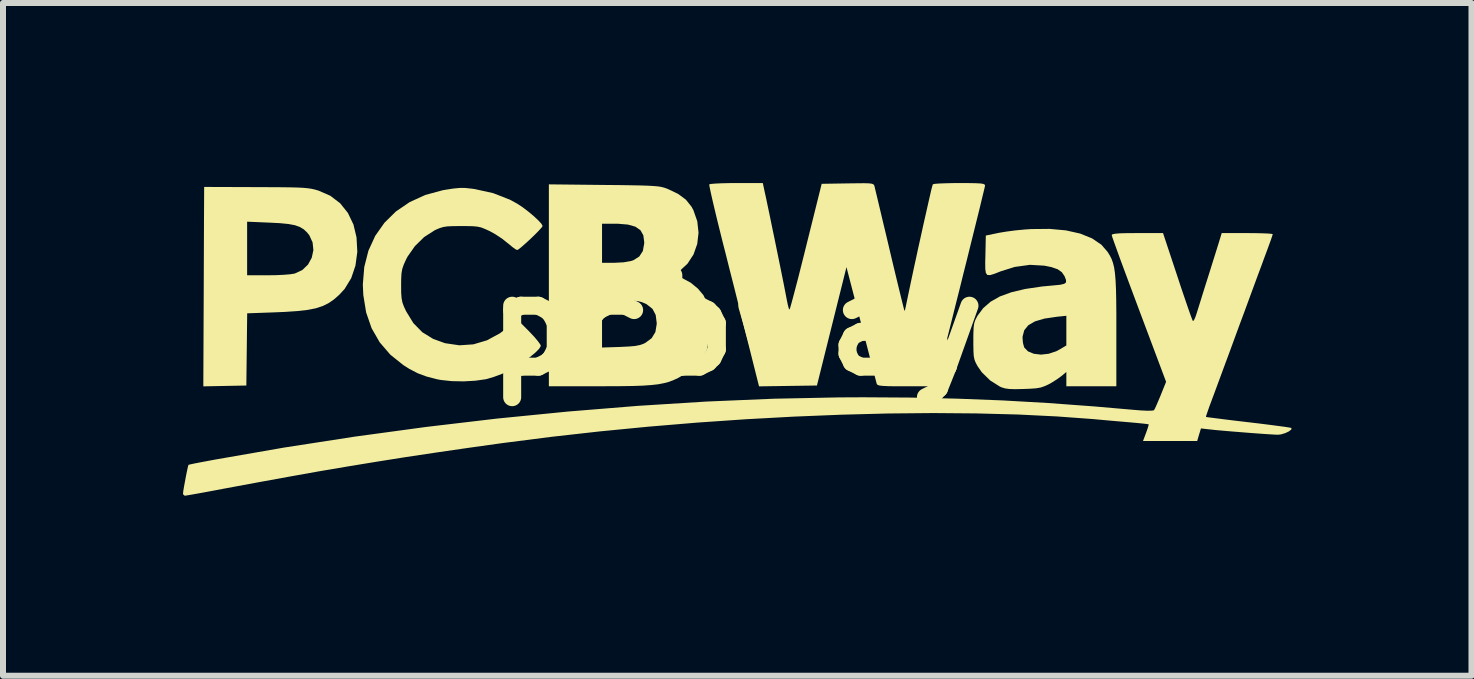
<source format=kicad_pcb>
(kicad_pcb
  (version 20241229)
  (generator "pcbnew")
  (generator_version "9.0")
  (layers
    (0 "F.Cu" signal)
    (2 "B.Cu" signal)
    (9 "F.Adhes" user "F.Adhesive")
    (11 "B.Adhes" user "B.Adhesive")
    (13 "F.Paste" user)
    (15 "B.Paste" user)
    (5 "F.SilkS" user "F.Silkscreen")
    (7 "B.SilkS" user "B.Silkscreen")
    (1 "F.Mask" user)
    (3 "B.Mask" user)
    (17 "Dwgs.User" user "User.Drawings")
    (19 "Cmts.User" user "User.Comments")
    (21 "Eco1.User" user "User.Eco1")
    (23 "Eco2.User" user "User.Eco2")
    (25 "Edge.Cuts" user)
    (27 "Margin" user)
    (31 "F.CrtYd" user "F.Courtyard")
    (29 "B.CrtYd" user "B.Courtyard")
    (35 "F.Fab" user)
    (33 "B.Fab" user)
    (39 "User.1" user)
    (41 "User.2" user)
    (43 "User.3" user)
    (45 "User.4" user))
  (footprint "pcbway"
    (layer "F.Cu")
    (at 9.222 2.371)
    (property "Reference" "pcbway" (at 0 0 0) (layer "F.SilkS") (effects (font (size 1.524 1.524) (thickness 0.3))))
    (attr board_only exclude_from_pos_files exclude_from_bom)
    (fp_poly (pts (xy -8.01 -2.303) (xy -7.773 -2.302) (xy -7.581 -2.301) (xy -7.429 -2.299) (xy -7.309 -2.296) (xy -7.216 -2.291) (xy -7.142 -2.284) (xy -7.082 -2.275) (xy -7.028 -2.263) (xy -6.975 -2.248) (xy -6.963 -2.244) (xy -6.768 -2.159) (xy -6.604 -2.034) (xy -6.475 -1.873) (xy -6.382 -1.679) (xy -6.331 -1.465) (xy -6.318 -1.223) (xy -6.349 -0.995) (xy -6.419 -0.787) (xy -6.529 -0.607) (xy -6.618 -0.51) (xy -6.708 -0.431) (xy -6.798 -0.369) (xy -6.896 -0.321) (xy -7.009 -0.284) (xy -7.145 -0.257) (xy -7.312 -0.238) (xy -7.517 -0.224) (xy -7.704 -0.216) (xy -8.153 -0.2) (xy -8.16 0.401) (xy -8.167 1.003) (xy -8.525 1.01) (xy -8.884 1.017) (xy -8.877 -0.644) (xy -8.873 -1.727) (xy -8.154 -1.727) (xy -8.154 -0.834) (xy -7.809 -0.834) (xy -7.67 -0.836) (xy -7.54 -0.842) (xy -7.434 -0.851) (xy -7.365 -0.862) (xy -7.361 -0.863) (xy -7.235 -0.921) (xy -7.139 -1.013) (xy -7.077 -1.127) (xy -7.05 -1.253) (xy -7.063 -1.381) (xy -7.118 -1.501) (xy -7.154 -1.546) (xy -7.211 -1.6) (xy -7.276 -1.639) (xy -7.357 -1.668) (xy -7.463 -1.688) (xy -7.604 -1.702) (xy -7.777 -1.711) (xy -8.154 -1.727) (xy -8.873 -1.727) (xy -8.87 -2.306)) (stroke (width 0) (type solid)) (fill yes) (layer "F.SilkS"))
    (fp_poly (pts (xy -2.208 -2.339) (xy -1.964 -2.337) (xy -1.766 -2.334) (xy -1.608 -2.331) (xy -1.485 -2.327) (xy -1.39 -2.322) (xy -1.317 -2.316) (xy -1.261 -2.308) (xy -1.216 -2.297) (xy -1.175 -2.284) (xy -1.142 -2.271) (xy -0.971 -2.189) (xy -0.843 -2.094) (xy -0.75 -1.978) (xy -0.718 -1.92) (xy -0.653 -1.734) (xy -0.632 -1.543) (xy -0.654 -1.355) (xy -0.716 -1.18) (xy -0.816 -1.027) (xy -0.935 -0.917) (xy -1.039 -0.842) (xy -0.897 -0.783) (xy -0.762 -0.71) (xy -0.643 -0.612) (xy -0.551 -0.503) (xy -0.501 -0.401) (xy -0.488 -0.33) (xy -0.478 -0.221) (xy -0.471 -0.087) (xy -0.469 0.044) (xy -0.469 0.183) (xy -0.472 0.281) (xy -0.479 0.351) (xy -0.492 0.402) (xy -0.513 0.448) (xy -0.543 0.496) (xy -0.671 0.656) (xy -0.835 0.795) (xy -0.966 0.874) (xy -1.043 0.91) (xy -1.12 0.94) (xy -1.205 0.963) (xy -1.302 0.982) (xy -1.418 0.995) (xy -1.559 1.005) (xy -1.732 1.011) (xy -1.943 1.014) (xy -2.198 1.015) (xy -2.286 1.016) (xy -3.126 1.016) (xy -3.126 0.37) (xy -2.24 0.37) (xy -1.934 0.36) (xy -1.792 0.353) (xy -1.689 0.344) (xy -1.613 0.329) (xy -1.551 0.308) (xy -1.518 0.292) (xy -1.413 0.214) (xy -1.351 0.112) (xy -1.329 -0.022) (xy -1.329 -0.039) (xy -1.346 -0.173) (xy -1.399 -0.274) (xy -1.494 -0.349) (xy -1.518 -0.362) (xy -1.578 -0.387) (xy -1.642 -0.403) (xy -1.724 -0.412) (xy -1.836 -0.416) (xy -1.936 -0.417) (xy -2.24 -0.417) (xy -2.24 0.37) (xy -3.126 0.37) (xy -3.126 -1.042) (xy -2.24 -1.042) (xy -2.033 -1.042) (xy -1.88 -1.05) (xy -1.757 -1.072) (xy -1.719 -1.084) (xy -1.62 -1.146) (xy -1.56 -1.238) (xy -1.537 -1.365) (xy -1.537 -1.387) (xy -1.552 -1.5) (xy -1.6 -1.585) (xy -1.685 -1.644) (xy -1.81 -1.679) (xy -1.98 -1.693) (xy -2.018 -1.693) (xy -2.24 -1.693) (xy -2.24 -1.042) (xy -3.126 -1.042) (xy -3.126 -2.349)) (stroke (width 0) (type solid)) (fill yes) (layer "F.SilkS"))
    (fp_poly (pts (xy 5.491 -1.582) (xy 5.727 -1.529) (xy 5.925 -1.449) (xy 6.081 -1.343) (xy 6.184 -1.224) (xy 6.22 -1.166) (xy 6.25 -1.107) (xy 6.274 -1.041) (xy 6.293 -0.964) (xy 6.307 -0.869) (xy 6.317 -0.75) (xy 6.324 -0.602) (xy 6.328 -0.42) (xy 6.33 -0.198) (xy 6.33 0.071) (xy 6.33 0.097) (xy 6.33 1.016) (xy 5.497 1.016) (xy 5.497 0.777) (xy 5.415 0.846) (xy 5.343 0.898) (xy 5.251 0.956) (xy 5.2 0.984) (xy 5.132 1.015) (xy 5.067 1.037) (xy 4.989 1.05) (xy 4.883 1.057) (xy 4.78 1.061) (xy 4.644 1.064) (xy 4.547 1.061) (xy 4.475 1.051) (xy 4.416 1.033) (xy 4.388 1.02) (xy 4.228 0.919) (xy 4.088 0.782) (xy 4.017 0.68) (xy 3.987 0.624) (xy 3.966 0.572) (xy 3.954 0.512) (xy 3.949 0.43) (xy 3.947 0.314) (xy 3.947 0.261) (xy 3.947 0.212) (xy 4.767 0.212) (xy 4.774 0.294) (xy 4.792 0.36) (xy 4.795 0.369) (xy 4.858 0.434) (xy 4.955 0.474) (xy 5.074 0.488) (xy 5.202 0.474) (xy 5.329 0.432) (xy 5.376 0.407) (xy 5.497 0.336) (xy 5.497 -0.159) (xy 5.334 -0.142) (xy 5.131 -0.112) (xy 4.975 -0.066) (xy 4.864 -0.002) (xy 4.796 0.081) (xy 4.768 0.185) (xy 4.767 0.212) (xy 3.947 0.212) (xy 3.948 0.129) (xy 3.952 0.036) (xy 3.961 -0.031) (xy 3.978 -0.084) (xy 4.005 -0.137) (xy 4.018 -0.161) (xy 4.112 -0.287) (xy 4.234 -0.393) (xy 4.389 -0.481) (xy 4.581 -0.551) (xy 4.813 -0.606) (xy 5.09 -0.647) (xy 5.282 -0.665) (xy 5.395 -0.676) (xy 5.462 -0.692) (xy 5.492 -0.716) (xy 5.491 -0.757) (xy 5.467 -0.819) (xy 5.422 -0.885) (xy 5.353 -0.934) (xy 5.249 -0.97) (xy 5.131 -0.994) (xy 4.89 -1.008) (xy 4.637 -0.973) (xy 4.404 -0.9) (xy 4.3 -0.859) (xy 4.227 -0.837) (xy 4.181 -0.839) (xy 4.156 -0.872) (xy 4.146 -0.94) (xy 4.145 -1.051) (xy 4.148 -1.165) (xy 4.155 -1.496) (xy 4.377 -1.542) (xy 4.498 -1.562) (xy 4.649 -1.582) (xy 4.808 -1.597) (xy 4.911 -1.604) (xy 5.218 -1.607)) (stroke (width 0) (type solid)) (fill yes) (layer "F.SilkS"))
    (fp_poly (pts (xy -4.522 -2.289) (xy -4.417 -2.278) (xy -4.364 -2.271) (xy -4.056 -2.203) (xy -3.776 -2.094) (xy -3.657 -2.029) (xy -3.565 -1.969) (xy -3.469 -1.896) (xy -3.378 -1.82) (xy -3.302 -1.749) (xy -3.249 -1.691) (xy -3.23 -1.655) (xy -3.248 -1.628) (xy -3.296 -1.575) (xy -3.363 -1.507) (xy -3.441 -1.432) (xy -3.519 -1.361) (xy -3.587 -1.301) (xy -3.637 -1.263) (xy -3.651 -1.255) (xy -3.68 -1.266) (xy -3.735 -1.306) (xy -3.805 -1.364) (xy -3.807 -1.365) (xy -3.903 -1.442) (xy -4.02 -1.519) (xy -4.112 -1.57) (xy -4.191 -1.606) (xy -4.255 -1.631) (xy -4.321 -1.645) (xy -4.402 -1.652) (xy -4.514 -1.654) (xy -4.585 -1.654) (xy -4.719 -1.653) (xy -4.815 -1.649) (xy -4.887 -1.638) (xy -4.948 -1.619) (xy -5.014 -1.591) (xy -5.028 -1.584) (xy -5.204 -1.471) (xy -5.359 -1.319) (xy -5.482 -1.143) (xy -5.507 -1.094) (xy -5.545 -1.01) (xy -5.569 -0.939) (xy -5.582 -0.865) (xy -5.587 -0.769) (xy -5.588 -0.664) (xy -5.587 -0.539) (xy -5.58 -0.45) (xy -5.566 -0.379) (xy -5.54 -0.309) (xy -5.504 -0.233) (xy -5.384 -0.037) (xy -5.235 0.115) (xy -5.053 0.227) (xy -4.855 0.298) (xy -4.617 0.333) (xy -4.384 0.317) (xy -4.158 0.25) (xy -3.94 0.132) (xy -3.787 0.014) (xy -3.656 -0.101) (xy -3.453 0.103) (xy -3.371 0.19) (xy -3.307 0.266) (xy -3.268 0.321) (xy -3.26 0.345) (xy -3.289 0.392) (xy -3.354 0.457) (xy -3.445 0.532) (xy -3.551 0.611) (xy -3.664 0.686) (xy -3.774 0.749) (xy -3.79 0.757) (xy -3.913 0.811) (xy -4.047 0.861) (xy -4.165 0.895) (xy -4.181 0.899) (xy -4.352 0.923) (xy -4.546 0.934) (xy -4.744 0.93) (xy -4.922 0.911) (xy -4.989 0.899) (xy -5.165 0.853) (xy -5.311 0.799) (xy -5.451 0.726) (xy -5.551 0.663) (xy -5.769 0.488) (xy -5.945 0.283) (xy -6.08 0.048) (xy -6.171 -0.215) (xy -6.218 -0.505) (xy -6.226 -0.68) (xy -6.202 -0.972) (xy -6.133 -1.243) (xy -6.02 -1.49) (xy -5.866 -1.709) (xy -5.674 -1.898) (xy -5.446 -2.053) (xy -5.186 -2.172) (xy -4.895 -2.251) (xy -4.854 -2.258) (xy -4.72 -2.279) (xy -4.616 -2.289)) (stroke (width 0) (type solid)) (fill yes) (layer "F.SilkS"))
    (fp_poly (pts (xy 0.468 -2.234) (xy 0.491 -2.131) (xy 0.52 -1.992) (xy 0.555 -1.826) (xy 0.593 -1.64) (xy 0.634 -1.444) (xy 0.675 -1.243) (xy 0.715 -1.048) (xy 0.752 -0.865) (xy 0.785 -0.702) (xy 0.811 -0.568) (xy 0.83 -0.47) (xy 0.839 -0.423) (xy 0.856 -0.34) (xy 0.872 -0.281) (xy 0.883 -0.261) (xy 0.893 -0.286) (xy 0.913 -0.356) (xy 0.943 -0.466) (xy 0.981 -0.61) (xy 1.027 -0.785) (xy 1.077 -0.983) (xy 1.132 -1.201) (xy 1.159 -1.31) (xy 1.42 -2.358) (xy 1.853 -2.365) (xy 2.012 -2.367) (xy 2.127 -2.368) (xy 2.205 -2.366) (xy 2.254 -2.36) (xy 2.281 -2.35) (xy 2.294 -2.335) (xy 2.301 -2.314) (xy 2.301 -2.313) (xy 2.31 -2.275) (xy 2.33 -2.192) (xy 2.359 -2.07) (xy 2.396 -1.915) (xy 2.439 -1.733) (xy 2.488 -1.529) (xy 2.54 -1.31) (xy 2.554 -1.25) (xy 2.606 -1.03) (xy 2.655 -0.826) (xy 2.699 -0.644) (xy 2.737 -0.489) (xy 2.767 -0.367) (xy 2.788 -0.283) (xy 2.799 -0.243) (xy 2.8 -0.24) (xy 2.809 -0.257) (xy 2.821 -0.311) (xy 2.825 -0.331) (xy 2.837 -0.39) (xy 2.858 -0.49) (xy 2.886 -0.623) (xy 2.919 -0.779) (xy 2.955 -0.948) (xy 2.993 -1.122) (xy 3.029 -1.29) (xy 3.061 -1.433) (xy 3.116 -1.683) (xy 3.162 -1.886) (xy 3.198 -2.046) (xy 3.226 -2.168) (xy 3.246 -2.256) (xy 3.261 -2.313) (xy 3.27 -2.343) (xy 3.273 -2.35) (xy 3.302 -2.357) (xy 3.374 -2.363) (xy 3.48 -2.367) (xy 3.612 -2.37) (xy 3.714 -2.371) (xy 3.874 -2.37) (xy 3.988 -2.368) (xy 4.066 -2.364) (xy 4.112 -2.357) (xy 4.135 -2.346) (xy 4.142 -2.331) (xy 4.142 -2.328) (xy 4.136 -2.299) (xy 4.118 -2.223) (xy 4.09 -2.108) (xy 4.054 -1.957) (xy 4.009 -1.776) (xy 3.958 -1.57) (xy 3.902 -1.345) (xy 3.843 -1.105) (xy 3.78 -0.855) (xy 3.717 -0.6) (xy 3.653 -0.347) (xy 3.591 -0.099) (xy 3.531 0.139) (xy 3.475 0.36) (xy 3.424 0.56) (xy 3.38 0.734) (xy 3.343 0.876) (xy 3.332 0.918) (xy 3.307 1.016) (xy 2.827 1.016) (xy 2.657 1.016) (xy 2.532 1.014) (xy 2.445 1.01) (xy 2.389 1.004) (xy 2.357 0.995) (xy 2.341 0.982) (xy 2.336 0.97) (xy 2.325 0.928) (xy 2.304 0.847) (xy 2.276 0.739) (xy 2.244 0.615) (xy 2.243 0.612) (xy 2.213 0.495) (xy 2.173 0.34) (xy 2.126 0.158) (xy 2.075 -0.039) (xy 2.023 -0.238) (xy 1.998 -0.335) (xy 1.833 -0.97) (xy 1.587 0.016) (xy 1.341 1.003) (xy 0.859 1.01) (xy 0.376 1.017) (xy 0.201 0.32) (xy 0.151 0.123) (xy 0.092 -0.113) (xy 0.026 -0.375) (xy -0.043 -0.651) (xy -0.114 -0.929) (xy -0.181 -1.197) (xy -0.221 -1.352) (xy -0.275 -1.569) (xy -0.325 -1.771) (xy -0.368 -1.951) (xy -0.404 -2.104) (xy -0.431 -2.225) (xy -0.448 -2.308) (xy -0.454 -2.347) (xy -0.453 -2.349) (xy -0.424 -2.356) (xy -0.352 -2.362) (xy -0.245 -2.367) (xy -0.112 -2.37) (xy -0.001 -2.371) (xy 0.439 -2.371)) (stroke (width 0) (type solid)) (fill yes) (layer "F.SilkS"))
    (fp_poly (pts (xy 7.348 -0.814) (xy 7.409 -0.629) (xy 7.466 -0.461) (xy 7.516 -0.315) (xy 7.557 -0.197) (xy 7.587 -0.115) (xy 7.604 -0.074) (xy 7.605 -0.071) (xy 7.622 -0.083) (xy 7.646 -0.134) (xy 7.669 -0.202) (xy 7.693 -0.279) (xy 7.729 -0.394) (xy 7.772 -0.533) (xy 7.819 -0.683) (xy 7.842 -0.755) (xy 7.891 -0.91) (xy 7.939 -1.064) (xy 7.983 -1.203) (xy 8.017 -1.313) (xy 8.028 -1.348) (xy 8.086 -1.537) (xy 8.511 -1.537) (xy 8.653 -1.536) (xy 8.775 -1.533) (xy 8.868 -1.529) (xy 8.924 -1.523) (xy 8.936 -1.519) (xy 8.927 -1.488) (xy 8.904 -1.42) (xy 8.869 -1.324) (xy 8.833 -1.226) (xy 8.8 -1.138) (xy 8.753 -1.009) (xy 8.692 -0.846) (xy 8.622 -0.656) (xy 8.545 -0.447) (xy 8.464 -0.226) (xy 8.38 -0.001) (xy 8.375 0.013) (xy 8.292 0.239) (xy 8.211 0.46) (xy 8.133 0.67) (xy 8.063 0.86) (xy 8.002 1.025) (xy 7.954 1.155) (xy 7.92 1.245) (xy 7.919 1.249) (xy 7.878 1.358) (xy 7.847 1.448) (xy 7.827 1.507) (xy 7.823 1.526) (xy 7.849 1.531) (xy 7.92 1.54) (xy 8.03 1.554) (xy 8.171 1.572) (xy 8.337 1.592) (xy 8.522 1.614) (xy 8.532 1.615) (xy 8.717 1.637) (xy 8.885 1.658) (xy 9.029 1.677) (xy 9.142 1.692) (xy 9.217 1.704) (xy 9.248 1.71) (xy 9.248 1.71) (xy 9.245 1.736) (xy 9.206 1.767) (xy 9.145 1.796) (xy 9.075 1.817) (xy 9.026 1.823) (xy 8.968 1.821) (xy 8.868 1.815) (xy 8.737 1.806) (xy 8.585 1.795) (xy 8.423 1.782) (xy 8.26 1.769) (xy 8.107 1.756) (xy 7.974 1.744) (xy 7.873 1.733) (xy 7.862 1.732) (xy 7.74 1.718) (xy 7.708 1.823) (xy 7.677 1.928) (xy 6.774 1.928) (xy 6.825 1.793) (xy 6.852 1.717) (xy 6.867 1.665) (xy 6.869 1.65) (xy 6.842 1.645) (xy 6.773 1.637) (xy 6.673 1.627) (xy 6.552 1.616) (xy 6.551 1.616) (xy 6.387 1.602) (xy 6.203 1.586) (xy 6.026 1.57) (xy 5.94 1.562) (xy 5.337 1.518) (xy 4.689 1.486) (xy 4.001 1.468) (xy 3.279 1.462) (xy 2.529 1.469) (xy 1.755 1.489) (xy 0.963 1.521) (xy 0.158 1.565) (xy -0.655 1.621) (xy -1.469 1.689) (xy -2.281 1.768) (xy -3.083 1.858) (xy -3.872 1.959) (xy -3.947 1.969) (xy -4.497 2.046) (xy -5.013 2.121) (xy -5.506 2.195) (xy -5.985 2.271) (xy -6.461 2.349) (xy -6.946 2.431) (xy -7.449 2.521) (xy -7.982 2.618) (xy -8.548 2.723) (xy -8.722 2.756) (xy -8.878 2.785) (xy -9.011 2.809) (xy -9.113 2.827) (xy -9.176 2.837) (xy -9.193 2.84) (xy -9.219 2.819) (xy -9.222 2.801) (xy -9.218 2.762) (xy -9.206 2.69) (xy -9.189 2.598) (xy -9.171 2.501) (xy -9.153 2.414) (xy -9.139 2.35) (xy -9.131 2.325) (xy -9.105 2.318) (xy -9.036 2.303) (xy -8.933 2.283) (xy -8.804 2.259) (xy -8.698 2.239) (xy -7.538 2.037) (xy -6.362 1.855) (xy -5.177 1.694) (xy -3.991 1.554) (xy -2.81 1.437) (xy -1.643 1.342) (xy -0.496 1.27) (xy 0.623 1.223) (xy 1.706 1.201) (xy 2.11 1.199) (xy 2.909 1.204) (xy 3.676 1.222) (xy 4.428 1.251) (xy 5.183 1.294) (xy 5.957 1.351) (xy 6.613 1.408) (xy 6.738 1.418) (xy 6.844 1.423) (xy 6.92 1.422) (xy 6.955 1.416) (xy 6.956 1.416) (xy 6.975 1.383) (xy 7.006 1.314) (xy 7.046 1.22) (xy 7.068 1.167) (xy 7.159 0.941) (xy 6.706 -0.266) (xy 6.617 -0.504) (xy 6.533 -0.729) (xy 6.457 -0.934) (xy 6.39 -1.115) (xy 6.335 -1.267) (xy 6.292 -1.386) (xy 6.264 -1.466) (xy 6.253 -1.503) (xy 6.253 -1.504) (xy 6.265 -1.517) (xy 6.308 -1.526) (xy 6.386 -1.533) (xy 6.504 -1.536) (xy 6.668 -1.537) (xy 6.68 -1.537) (xy 7.108 -1.537)) (stroke (width 0) (type solid)) (fill yes) (layer "F.SilkS")))
  (gr_rect
    (start -3 -3)
    (end 21.47 8.21)
    (stroke (width 0.1) (type default))
    (fill no)
    (layer "Edge.Cuts")))
</source>
